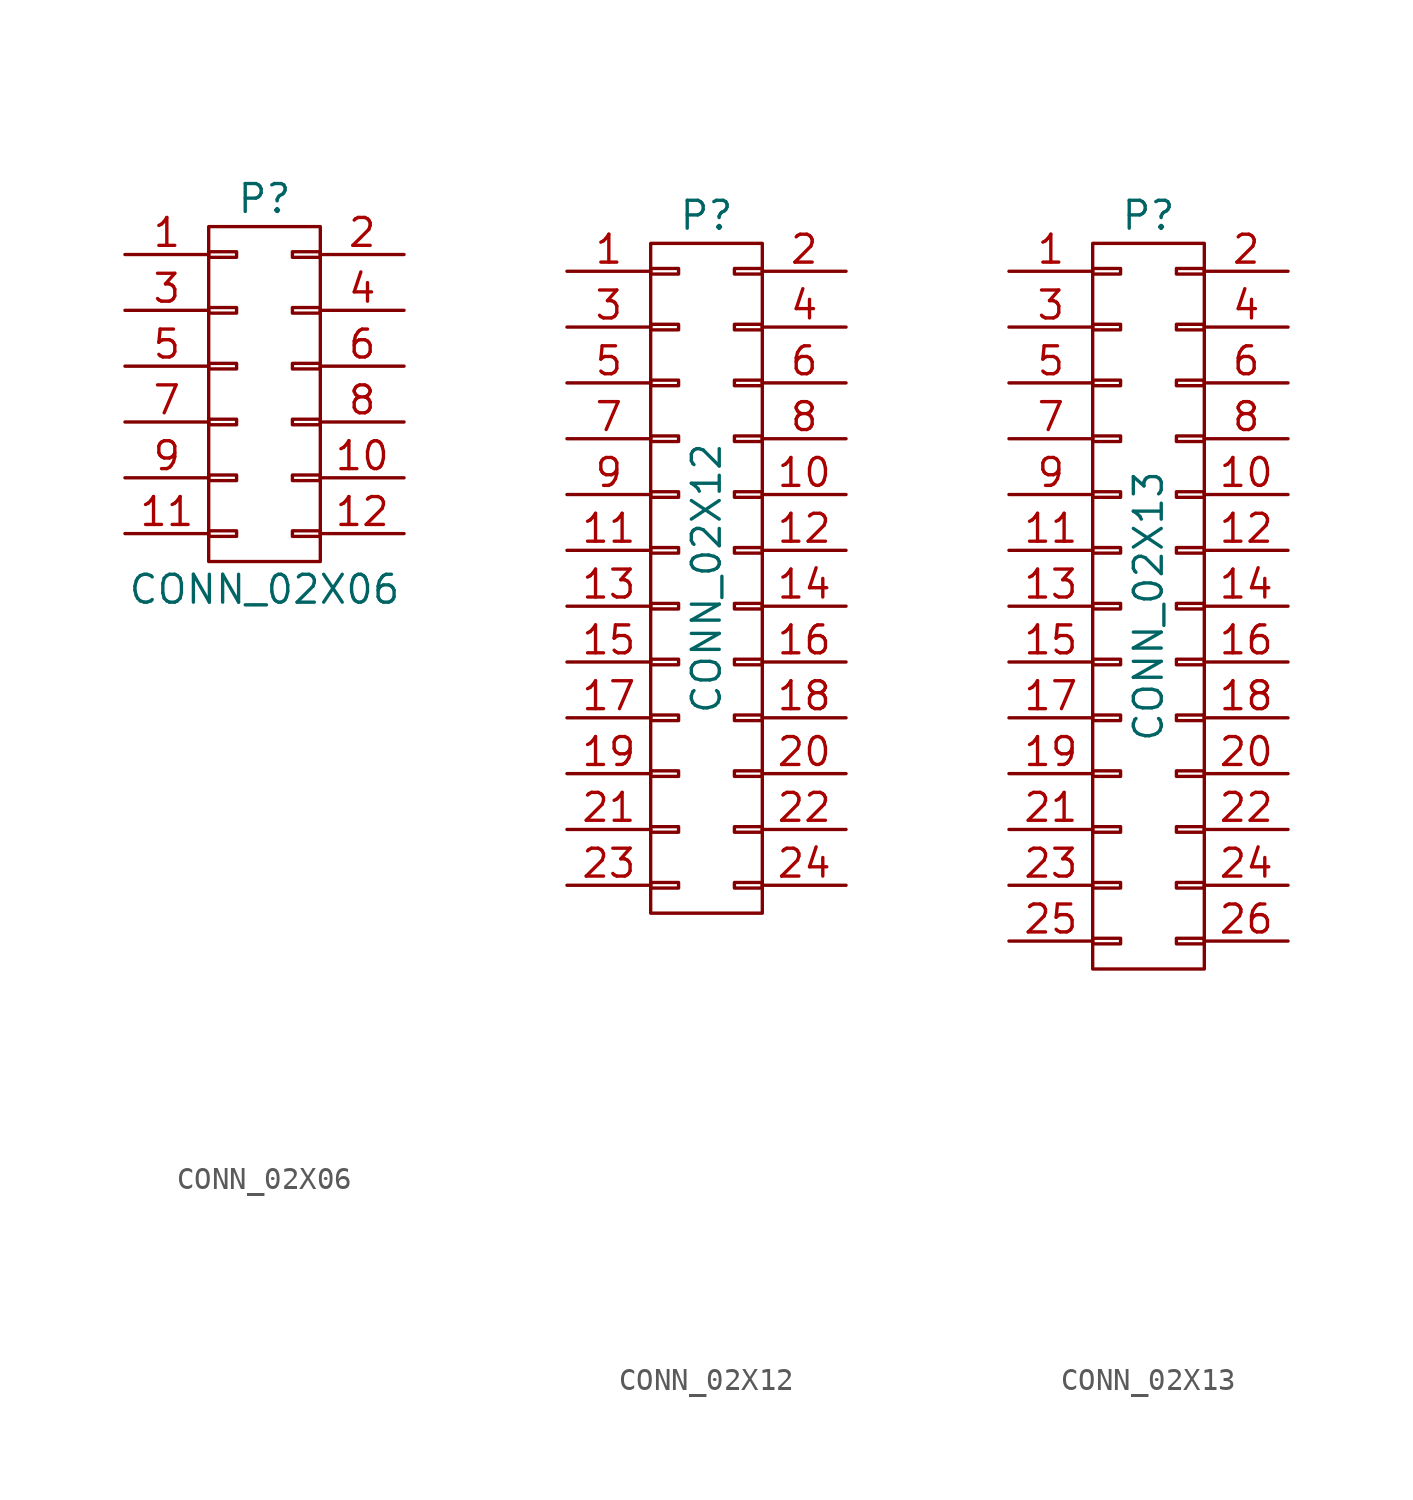
<source format=kicad_sym>
(kicad_symbol_lib
  (version 20211014)
  (generator kicad_symbol_editor)
  (symbol "CONN_02X06"
    (pin_names
      (offset 0.025) hide)
    (property "Reference" "P"
      (at 0 8.89 0)
      (effects (font (size 1.27 1.27))))
    (property "Value" "CONN_02X06"
      (at 0 -8.89 0)
      (effects (font (size 1.27 1.27))))
    (property "Footprint" ""
      (at 0 -30.48 0)
      (effects (font (size 1.27 1.27))))
    (property "Datasheet" ""
      (at 0 -30.48 0)
      (effects (font (size 1.27 1.27))))
    (symbol "CONN_02X06_0_1"
      (rectangle (start -2.54 -6.223) (end -1.27 -6.477) (stroke (width 0) (type default) (color 0 0 0 0)) (fill (type none)))
      (rectangle (start -2.54 -3.683) (end -1.27 -3.937) (stroke (width 0) (type default) (color 0 0 0 0)) (fill (type none)))
      (rectangle (start -2.54 -1.143) (end -1.27 -1.397) (stroke (width 0) (type default) (color 0 0 0 0)) (fill (type none)))
      (rectangle (start -2.54 1.397) (end -1.27 1.143) (stroke (width 0) (type default) (color 0 0 0 0)) (fill (type none)))
      (rectangle (start -2.54 3.937) (end -1.27 3.683) (stroke (width 0) (type default) (color 0 0 0 0)) (fill (type none)))
      (rectangle (start -2.54 6.477) (end -1.27 6.223) (stroke (width 0) (type default) (color 0 0 0 0)) (fill (type none)))
      (rectangle (start -2.54 7.62) (end 2.54 -7.62) (stroke (width 0) (type default) (color 0 0 0 0)) (fill (type none)))
      (rectangle (start 1.27 -6.223) (end 2.54 -6.477) (stroke (width 0) (type default) (color 0 0 0 0)) (fill (type none)))
      (rectangle (start 1.27 -3.683) (end 2.54 -3.937) (stroke (width 0) (type default) (color 0 0 0 0)) (fill (type none)))
      (rectangle (start 1.27 -1.143) (end 2.54 -1.397) (stroke (width 0) (type default) (color 0 0 0 0)) (fill (type none)))
      (rectangle (start 1.27 1.397) (end 2.54 1.143) (stroke (width 0) (type default) (color 0 0 0 0)) (fill (type none)))
      (rectangle (start 1.27 3.937) (end 2.54 3.683) (stroke (width 0) (type default) (color 0 0 0 0)) (fill (type none)))
      (rectangle (start 1.27 6.477) (end 2.54 6.223) (stroke (width 0) (type default) (color 0 0 0 0)) (fill (type none))))
    (symbol "CONN_02X06_1_1"
      (pin passive line (at -6.35 6.35 0) (length 3.81) (name "P1" (effects (font (size 1.27 1.27)))) (number "1" (effects (font (size 1.27 1.27)))))
      (pin passive line (at 6.35 -3.81 180) (length 3.81) (name "P10" (effects (font (size 1.27 1.27)))) (number "10" (effects (font (size 1.27 1.27)))))
      (pin passive line (at -6.35 -6.35 0) (length 3.81) (name "P11" (effects (font (size 1.27 1.27)))) (number "11" (effects (font (size 1.27 1.27)))))
      (pin passive line (at 6.35 -6.35 180) (length 3.81) (name "P12" (effects (font (size 1.27 1.27)))) (number "12" (effects (font (size 1.27 1.27)))))
      (pin passive line (at 6.35 6.35 180) (length 3.81) (name "P2" (effects (font (size 1.27 1.27)))) (number "2" (effects (font (size 1.27 1.27)))))
      (pin passive line (at -6.35 3.81 0) (length 3.81) (name "P3" (effects (font (size 1.27 1.27)))) (number "3" (effects (font (size 1.27 1.27)))))
      (pin passive line (at 6.35 3.81 180) (length 3.81) (name "P4" (effects (font (size 1.27 1.27)))) (number "4" (effects (font (size 1.27 1.27)))))
      (pin passive line (at -6.35 1.27 0) (length 3.81) (name "P5" (effects (font (size 1.27 1.27)))) (number "5" (effects (font (size 1.27 1.27)))))
      (pin passive line (at 6.35 1.27 180) (length 3.81) (name "P6" (effects (font (size 1.27 1.27)))) (number "6" (effects (font (size 1.27 1.27)))))
      (pin passive line (at -6.35 -1.27 0) (length 3.81) (name "P7" (effects (font (size 1.27 1.27)))) (number "7" (effects (font (size 1.27 1.27)))))
      (pin passive line (at 6.35 -1.27 180) (length 3.81) (name "P8" (effects (font (size 1.27 1.27)))) (number "8" (effects (font (size 1.27 1.27)))))
      (pin passive line (at -6.35 -3.81 0) (length 3.81) (name "P9" (effects (font (size 1.27 1.27)))) (number "9" (effects (font (size 1.27 1.27)))))))
  (symbol "CONN_02X12"
    (pin_names
      (offset 0.025) hide)
    (property "Reference" "P"
      (at 0 16.51 0)
      (effects (font (size 1.27 1.27))))
    (property "Value" "CONN_02X12"
      (at 0 0 90)
      (effects (font (size 1.27 1.27))))
    (property "Footprint" ""
      (at 0 -30.48 0)
      (effects (font (size 1.27 1.27))))
    (property "Datasheet" ""
      (at 0 -30.48 0)
      (effects (font (size 1.27 1.27))))
    (symbol "CONN_02X12_0_1"
      (rectangle (start -2.54 -13.843) (end -1.27 -14.097) (stroke (width 0) (type default) (color 0 0 0 0)) (fill (type none)))
      (rectangle (start -2.54 -11.303) (end -1.27 -11.557) (stroke (width 0) (type default) (color 0 0 0 0)) (fill (type none)))
      (rectangle (start -2.54 -8.763) (end -1.27 -9.017) (stroke (width 0) (type default) (color 0 0 0 0)) (fill (type none)))
      (rectangle (start -2.54 -6.223) (end -1.27 -6.477) (stroke (width 0) (type default) (color 0 0 0 0)) (fill (type none)))
      (rectangle (start -2.54 -3.683) (end -1.27 -3.937) (stroke (width 0) (type default) (color 0 0 0 0)) (fill (type none)))
      (rectangle (start -2.54 -1.143) (end -1.27 -1.397) (stroke (width 0) (type default) (color 0 0 0 0)) (fill (type none)))
      (rectangle (start -2.54 1.397) (end -1.27 1.143) (stroke (width 0) (type default) (color 0 0 0 0)) (fill (type none)))
      (rectangle (start -2.54 3.937) (end -1.27 3.683) (stroke (width 0) (type default) (color 0 0 0 0)) (fill (type none)))
      (rectangle (start -2.54 6.477) (end -1.27 6.223) (stroke (width 0) (type default) (color 0 0 0 0)) (fill (type none)))
      (rectangle (start -2.54 9.017) (end -1.27 8.763) (stroke (width 0) (type default) (color 0 0 0 0)) (fill (type none)))
      (rectangle (start -2.54 11.557) (end -1.27 11.303) (stroke (width 0) (type default) (color 0 0 0 0)) (fill (type none)))
      (rectangle (start -2.54 14.097) (end -1.27 13.843) (stroke (width 0) (type default) (color 0 0 0 0)) (fill (type none)))
      (rectangle (start -2.54 15.24) (end 2.54 -15.24) (stroke (width 0) (type default) (color 0 0 0 0)) (fill (type none)))
      (rectangle (start 1.27 -13.843) (end 2.54 -14.097) (stroke (width 0) (type default) (color 0 0 0 0)) (fill (type none)))
      (rectangle (start 1.27 -11.303) (end 2.54 -11.557) (stroke (width 0) (type default) (color 0 0 0 0)) (fill (type none)))
      (rectangle (start 1.27 -8.763) (end 2.54 -9.017) (stroke (width 0) (type default) (color 0 0 0 0)) (fill (type none)))
      (rectangle (start 1.27 -6.223) (end 2.54 -6.477) (stroke (width 0) (type default) (color 0 0 0 0)) (fill (type none)))
      (rectangle (start 1.27 -3.683) (end 2.54 -3.937) (stroke (width 0) (type default) (color 0 0 0 0)) (fill (type none)))
      (rectangle (start 1.27 -1.143) (end 2.54 -1.397) (stroke (width 0) (type default) (color 0 0 0 0)) (fill (type none)))
      (rectangle (start 1.27 1.397) (end 2.54 1.143) (stroke (width 0) (type default) (color 0 0 0 0)) (fill (type none)))
      (rectangle (start 1.27 3.937) (end 2.54 3.683) (stroke (width 0) (type default) (color 0 0 0 0)) (fill (type none)))
      (rectangle (start 1.27 6.477) (end 2.54 6.223) (stroke (width 0) (type default) (color 0 0 0 0)) (fill (type none)))
      (rectangle (start 1.27 9.017) (end 2.54 8.763) (stroke (width 0) (type default) (color 0 0 0 0)) (fill (type none)))
      (rectangle (start 1.27 11.557) (end 2.54 11.303) (stroke (width 0) (type default) (color 0 0 0 0)) (fill (type none)))
      (rectangle (start 1.27 14.097) (end 2.54 13.843) (stroke (width 0) (type default) (color 0 0 0 0)) (fill (type none))))
    (symbol "CONN_02X12_1_1"
      (pin passive line (at -6.35 13.97 0) (length 3.81) (name "P1" (effects (font (size 1.27 1.27)))) (number "1" (effects (font (size 1.27 1.27)))))
      (pin passive line (at 6.35 3.81 180) (length 3.81) (name "P10" (effects (font (size 1.27 1.27)))) (number "10" (effects (font (size 1.27 1.27)))))
      (pin passive line (at -6.35 1.27 0) (length 3.81) (name "P11" (effects (font (size 1.27 1.27)))) (number "11" (effects (font (size 1.27 1.27)))))
      (pin passive line (at 6.35 1.27 180) (length 3.81) (name "P12" (effects (font (size 1.27 1.27)))) (number "12" (effects (font (size 1.27 1.27)))))
      (pin passive line (at -6.35 -1.27 0) (length 3.81) (name "P13" (effects (font (size 1.27 1.27)))) (number "13" (effects (font (size 1.27 1.27)))))
      (pin passive line (at 6.35 -1.27 180) (length 3.81) (name "P14" (effects (font (size 1.27 1.27)))) (number "14" (effects (font (size 1.27 1.27)))))
      (pin passive line (at -6.35 -3.81 0) (length 3.81) (name "P15" (effects (font (size 1.27 1.27)))) (number "15" (effects (font (size 1.27 1.27)))))
      (pin passive line (at 6.35 -3.81 180) (length 3.81) (name "P16" (effects (font (size 1.27 1.27)))) (number "16" (effects (font (size 1.27 1.27)))))
      (pin passive line (at -6.35 -6.35 0) (length 3.81) (name "P17" (effects (font (size 1.27 1.27)))) (number "17" (effects (font (size 1.27 1.27)))))
      (pin passive line (at 6.35 -6.35 180) (length 3.81) (name "P18" (effects (font (size 1.27 1.27)))) (number "18" (effects (font (size 1.27 1.27)))))
      (pin passive line (at -6.35 -8.89 0) (length 3.81) (name "P19" (effects (font (size 1.27 1.27)))) (number "19" (effects (font (size 1.27 1.27)))))
      (pin passive line (at 6.35 13.97 180) (length 3.81) (name "P2" (effects (font (size 1.27 1.27)))) (number "2" (effects (font (size 1.27 1.27)))))
      (pin passive line (at 6.35 -8.89 180) (length 3.81) (name "P20" (effects (font (size 1.27 1.27)))) (number "20" (effects (font (size 1.27 1.27)))))
      (pin passive line (at -6.35 -11.43 0) (length 3.81) (name "P21" (effects (font (size 1.27 1.27)))) (number "21" (effects (font (size 1.27 1.27)))))
      (pin passive line (at 6.35 -11.43 180) (length 3.81) (name "P22" (effects (font (size 1.27 1.27)))) (number "22" (effects (font (size 1.27 1.27)))))
      (pin passive line (at -6.35 -13.97 0) (length 3.81) (name "P23" (effects (font (size 1.27 1.27)))) (number "23" (effects (font (size 1.27 1.27)))))
      (pin passive line (at 6.35 -13.97 180) (length 3.81) (name "P24" (effects (font (size 1.27 1.27)))) (number "24" (effects (font (size 1.27 1.27)))))
      (pin passive line (at -6.35 11.43 0) (length 3.81) (name "P3" (effects (font (size 1.27 1.27)))) (number "3" (effects (font (size 1.27 1.27)))))
      (pin passive line (at 6.35 11.43 180) (length 3.81) (name "P4" (effects (font (size 1.27 1.27)))) (number "4" (effects (font (size 1.27 1.27)))))
      (pin passive line (at -6.35 8.89 0) (length 3.81) (name "P5" (effects (font (size 1.27 1.27)))) (number "5" (effects (font (size 1.27 1.27)))))
      (pin passive line (at 6.35 8.89 180) (length 3.81) (name "P6" (effects (font (size 1.27 1.27)))) (number "6" (effects (font (size 1.27 1.27)))))
      (pin passive line (at -6.35 6.35 0) (length 3.81) (name "P7" (effects (font (size 1.27 1.27)))) (number "7" (effects (font (size 1.27 1.27)))))
      (pin passive line (at 6.35 6.35 180) (length 3.81) (name "P8" (effects (font (size 1.27 1.27)))) (number "8" (effects (font (size 1.27 1.27)))))
      (pin passive line (at -6.35 3.81 0) (length 3.81) (name "P9" (effects (font (size 1.27 1.27)))) (number "9" (effects (font (size 1.27 1.27)))))))
  (symbol "CONN_02X13"
    (pin_names
      (offset 0.025) hide)
    (property "Reference" "P"
      (at 0 17.78 0)
      (effects (font (size 1.27 1.27))))
    (property "Value" "CONN_02X13"
      (at 0 0 90)
      (effects (font (size 1.27 1.27))))
    (property "Footprint" ""
      (at 0 -29.21 0)
      (effects (font (size 1.27 1.27))))
    (property "Datasheet" ""
      (at 0 -29.21 0)
      (effects (font (size 1.27 1.27))))
    (symbol "CONN_02X13_0_1"
      (rectangle (start -2.54 -15.113) (end -1.27 -15.367) (stroke (width 0) (type default) (color 0 0 0 0)) (fill (type none)))
      (rectangle (start -2.54 -12.573) (end -1.27 -12.827) (stroke (width 0) (type default) (color 0 0 0 0)) (fill (type none)))
      (rectangle (start -2.54 -10.033) (end -1.27 -10.287) (stroke (width 0) (type default) (color 0 0 0 0)) (fill (type none)))
      (rectangle (start -2.54 -7.493) (end -1.27 -7.747) (stroke (width 0) (type default) (color 0 0 0 0)) (fill (type none)))
      (rectangle (start -2.54 -4.953) (end -1.27 -5.207) (stroke (width 0) (type default) (color 0 0 0 0)) (fill (type none)))
      (rectangle (start -2.54 -2.413) (end -1.27 -2.667) (stroke (width 0) (type default) (color 0 0 0 0)) (fill (type none)))
      (rectangle (start -2.54 0.127) (end -1.27 -0.127) (stroke (width 0) (type default) (color 0 0 0 0)) (fill (type none)))
      (rectangle (start -2.54 2.667) (end -1.27 2.413) (stroke (width 0) (type default) (color 0 0 0 0)) (fill (type none)))
      (rectangle (start -2.54 5.207) (end -1.27 4.953) (stroke (width 0) (type default) (color 0 0 0 0)) (fill (type none)))
      (rectangle (start -2.54 7.747) (end -1.27 7.493) (stroke (width 0) (type default) (color 0 0 0 0)) (fill (type none)))
      (rectangle (start -2.54 10.287) (end -1.27 10.033) (stroke (width 0) (type default) (color 0 0 0 0)) (fill (type none)))
      (rectangle (start -2.54 12.827) (end -1.27 12.573) (stroke (width 0) (type default) (color 0 0 0 0)) (fill (type none)))
      (rectangle (start -2.54 15.367) (end -1.27 15.113) (stroke (width 0) (type default) (color 0 0 0 0)) (fill (type none)))
      (rectangle (start -2.54 16.51) (end 2.54 -16.51) (stroke (width 0) (type default) (color 0 0 0 0)) (fill (type none)))
      (rectangle (start 1.27 -15.113) (end 2.54 -15.367) (stroke (width 0) (type default) (color 0 0 0 0)) (fill (type none)))
      (rectangle (start 1.27 -12.573) (end 2.54 -12.827) (stroke (width 0) (type default) (color 0 0 0 0)) (fill (type none)))
      (rectangle (start 1.27 -10.033) (end 2.54 -10.287) (stroke (width 0) (type default) (color 0 0 0 0)) (fill (type none)))
      (rectangle (start 1.27 -7.493) (end 2.54 -7.747) (stroke (width 0) (type default) (color 0 0 0 0)) (fill (type none)))
      (rectangle (start 1.27 -4.953) (end 2.54 -5.207) (stroke (width 0) (type default) (color 0 0 0 0)) (fill (type none)))
      (rectangle (start 1.27 -2.413) (end 2.54 -2.667) (stroke (width 0) (type default) (color 0 0 0 0)) (fill (type none)))
      (rectangle (start 1.27 0.127) (end 2.54 -0.127) (stroke (width 0) (type default) (color 0 0 0 0)) (fill (type none)))
      (rectangle (start 1.27 2.667) (end 2.54 2.413) (stroke (width 0) (type default) (color 0 0 0 0)) (fill (type none)))
      (rectangle (start 1.27 5.207) (end 2.54 4.953) (stroke (width 0) (type default) (color 0 0 0 0)) (fill (type none)))
      (rectangle (start 1.27 7.747) (end 2.54 7.493) (stroke (width 0) (type default) (color 0 0 0 0)) (fill (type none)))
      (rectangle (start 1.27 10.287) (end 2.54 10.033) (stroke (width 0) (type default) (color 0 0 0 0)) (fill (type none)))
      (rectangle (start 1.27 12.827) (end 2.54 12.573) (stroke (width 0) (type default) (color 0 0 0 0)) (fill (type none)))
      (rectangle (start 1.27 15.367) (end 2.54 15.113) (stroke (width 0) (type default) (color 0 0 0 0)) (fill (type none))))
    (symbol "CONN_02X13_1_1"
      (pin passive line (at -6.35 15.24 0) (length 3.81) (name "P1" (effects (font (size 1.27 1.27)))) (number "1" (effects (font (size 1.27 1.27)))))
      (pin passive line (at 6.35 5.08 180) (length 3.81) (name "P10" (effects (font (size 1.27 1.27)))) (number "10" (effects (font (size 1.27 1.27)))))
      (pin passive line (at -6.35 2.54 0) (length 3.81) (name "P11" (effects (font (size 1.27 1.27)))) (number "11" (effects (font (size 1.27 1.27)))))
      (pin passive line (at 6.35 2.54 180) (length 3.81) (name "P12" (effects (font (size 1.27 1.27)))) (number "12" (effects (font (size 1.27 1.27)))))
      (pin passive line (at -6.35 0 0) (length 3.81) (name "P13" (effects (font (size 1.27 1.27)))) (number "13" (effects (font (size 1.27 1.27)))))
      (pin passive line (at 6.35 0 180) (length 3.81) (name "P14" (effects (font (size 1.27 1.27)))) (number "14" (effects (font (size 1.27 1.27)))))
      (pin passive line (at -6.35 -2.54 0) (length 3.81) (name "P15" (effects (font (size 1.27 1.27)))) (number "15" (effects (font (size 1.27 1.27)))))
      (pin passive line (at 6.35 -2.54 180) (length 3.81) (name "P16" (effects (font (size 1.27 1.27)))) (number "16" (effects (font (size 1.27 1.27)))))
      (pin passive line (at -6.35 -5.08 0) (length 3.81) (name "P17" (effects (font (size 1.27 1.27)))) (number "17" (effects (font (size 1.27 1.27)))))
      (pin passive line (at 6.35 -5.08 180) (length 3.81) (name "P18" (effects (font (size 1.27 1.27)))) (number "18" (effects (font (size 1.27 1.27)))))
      (pin passive line (at -6.35 -7.62 0) (length 3.81) (name "P19" (effects (font (size 1.27 1.27)))) (number "19" (effects (font (size 1.27 1.27)))))
      (pin passive line (at 6.35 15.24 180) (length 3.81) (name "P2" (effects (font (size 1.27 1.27)))) (number "2" (effects (font (size 1.27 1.27)))))
      (pin passive line (at 6.35 -7.62 180) (length 3.81) (name "P20" (effects (font (size 1.27 1.27)))) (number "20" (effects (font (size 1.27 1.27)))))
      (pin passive line (at -6.35 -10.16 0) (length 3.81) (name "P21" (effects (font (size 1.27 1.27)))) (number "21" (effects (font (size 1.27 1.27)))))
      (pin passive line (at 6.35 -10.16 180) (length 3.81) (name "P22" (effects (font (size 1.27 1.27)))) (number "22" (effects (font (size 1.27 1.27)))))
      (pin passive line (at -6.35 -12.7 0) (length 3.81) (name "P23" (effects (font (size 1.27 1.27)))) (number "23" (effects (font (size 1.27 1.27)))))
      (pin passive line (at 6.35 -12.7 180) (length 3.81) (name "P24" (effects (font (size 1.27 1.27)))) (number "24" (effects (font (size 1.27 1.27)))))
      (pin passive line (at -6.35 -15.24 0) (length 3.81) (name "P25" (effects (font (size 1.27 1.27)))) (number "25" (effects (font (size 1.27 1.27)))))
      (pin passive line (at 6.35 -15.24 180) (length 3.81) (name "P26" (effects (font (size 1.27 1.27)))) (number "26" (effects (font (size 1.27 1.27)))))
      (pin passive line (at -6.35 12.7 0) (length 3.81) (name "P3" (effects (font (size 1.27 1.27)))) (number "3" (effects (font (size 1.27 1.27)))))
      (pin passive line (at 6.35 12.7 180) (length 3.81) (name "P4" (effects (font (size 1.27 1.27)))) (number "4" (effects (font (size 1.27 1.27)))))
      (pin passive line (at -6.35 10.16 0) (length 3.81) (name "P5" (effects (font (size 1.27 1.27)))) (number "5" (effects (font (size 1.27 1.27)))))
      (pin passive line (at 6.35 10.16 180) (length 3.81) (name "P6" (effects (font (size 1.27 1.27)))) (number "6" (effects (font (size 1.27 1.27)))))
      (pin passive line (at -6.35 7.62 0) (length 3.81) (name "P7" (effects (font (size 1.27 1.27)))) (number "7" (effects (font (size 1.27 1.27)))))
      (pin passive line (at 6.35 7.62 180) (length 3.81) (name "P8" (effects (font (size 1.27 1.27)))) (number "8" (effects (font (size 1.27 1.27)))))
      (pin passive line (at -6.35 5.08 0) (length 3.81) (name "P9" (effects (font (size 1.27 1.27)))) (number "9" (effects (font (size 1.27 1.27))))))))
</source>
